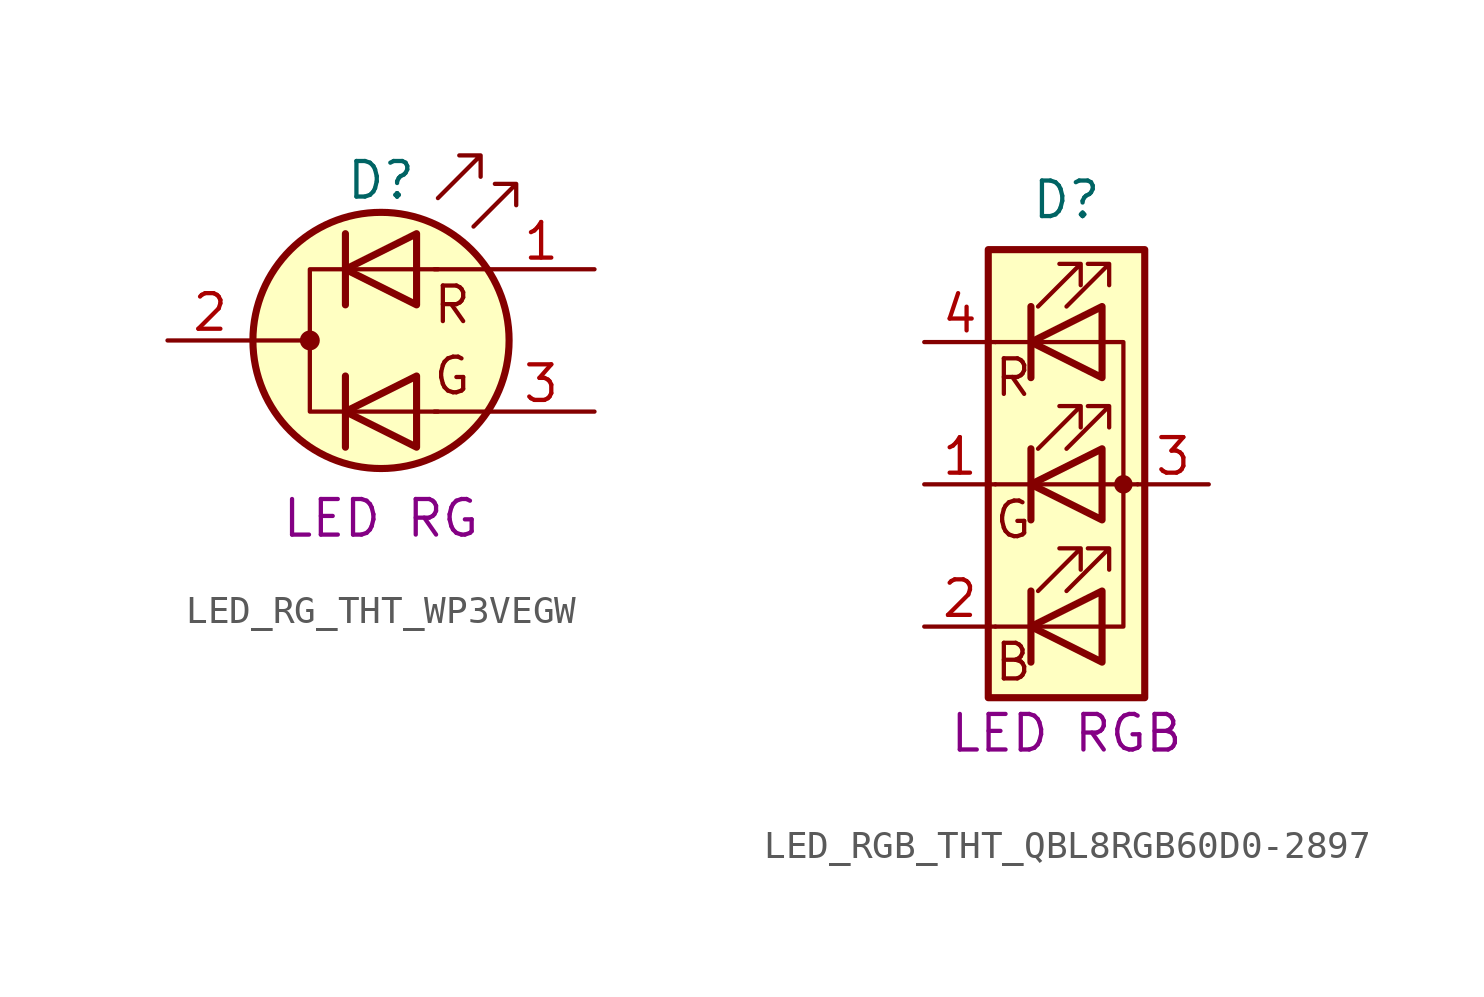
<source format=kicad_sym>
(kicad_symbol_lib
  (version 20220914)
  (generator kicad_symbol_editor)
  (symbol "LED_RG_THT_WP3VEGW"
    (pin_names
      (offset 0) hide)
    (property "Reference" "D"
      (at 0 5.715 0)
      (effects (font (size 1.27 1.27))))
    (property "UserValue" "LED RG"
      (at 0 -6.35 0)
      (effects (font (size 1.27 1.27))))
    (symbol "LED_RG_THT_WP3VEGW_0_0"
      (text "G" (at 2.54 -1.27 0) (effects (font (size 1.27 1.27))))
      (text "R" (at 2.54 1.27 0) (effects (font (size 1.27 1.27)))))
    (symbol "LED_RG_THT_WP3VEGW_0_1"
      (circle (center -2.54 0) (radius 0.279) (stroke (width 0) (type default)) (fill (type outline)))
      (polyline (pts (xy -4.572 0) (xy -2.54 0)) (stroke (width 0) (type default)) (fill (type none)))
      (polyline (pts (xy -1.27 -1.27) (xy -1.27 -3.81)) (stroke (width 0.254) (type default)) (fill (type none)))
      (polyline (pts (xy -1.27 1.27) (xy -1.27 3.81)) (stroke (width 0.254) (type default)) (fill (type none)))
      (polyline (pts (xy 3.81 -2.54) (xy 1.905 -2.54)) (stroke (width 0) (type default)) (fill (type none)))
      (polyline (pts (xy 3.81 2.54) (xy 1.905 2.54)) (stroke (width 0) (type default)) (fill (type none)))
      (polyline (pts (xy 1.27 -3.81) (xy 1.27 -1.27) (xy -1.27 -2.54) (xy 1.27 -3.81)) (stroke (width 0.254) (type default)) (fill (type none)))
      (polyline (pts (xy 1.27 1.27) (xy 1.27 3.81) (xy -1.27 2.54) (xy 1.27 1.27)) (stroke (width 0.254) (type default)) (fill (type none)))
      (polyline (pts (xy 2.032 2.54) (xy -2.54 2.54) (xy -2.54 -2.54) (xy 2.032 -2.54)) (stroke (width 0) (type default)) (fill (type none)))
      (polyline (pts (xy 2.032 5.08) (xy 3.556 6.604) (xy 2.794 6.604) (xy 3.556 6.604) (xy 3.556 5.842)) (stroke (width 0) (type default)) (fill (type none)))
      (polyline (pts (xy 3.302 4.064) (xy 4.826 5.588) (xy 4.064 5.588) (xy 4.826 5.588) (xy 4.826 4.826)) (stroke (width 0) (type default)) (fill (type none)))
      (circle (center 0 0) (radius 4.572) (stroke (width 0.254) (type default)) (fill (type background))))
    (symbol "LED_RG_THT_WP3VEGW_1_1"
      (pin input line (at 7.62 2.54 180) (length 3.81) (name "A1" (effects (font (size 1.27 1.27)))) (number "1" (effects (font (size 1.27 1.27)))))
      (pin input line (at -7.62 0 0) (length 3.048) (name "K" (effects (font (size 1.27 1.27)))) (number "2" (effects (font (size 1.27 1.27)))))
      (pin input line (at 7.62 -2.54 180) (length 3.81) (name "A2" (effects (font (size 1.27 1.27)))) (number "3" (effects (font (size 1.27 1.27)))))))
  (symbol "LED_RGB_THT_QBL8RGB60D0-2897"
    (pin_names
      (offset 0) hide)
    (property "Reference" "D"
      (at 0 10.16 0)
      (effects (font (size 1.27 1.27))))
    (property "UserValue" "LED RGB"
      (at 0 -8.89 0)
      (effects (font (size 1.27 1.27))))
    (symbol "LED_RGB_THT_QBL8RGB60D0-2897_0_0"
      (text "B" (at -1.905 -6.35 0) (effects (font (size 1.27 1.27))))
      (text "G" (at -1.905 -1.27 0) (effects (font (size 1.27 1.27))))
      (text "R" (at -1.905 3.81 0) (effects (font (size 1.27 1.27)))))
    (symbol "LED_RGB_THT_QBL8RGB60D0-2897_0_1"
      (polyline (pts (xy -1.27 -5.08) (xy -2.54 -5.08)) (stroke (width 0) (type default)) (fill (type none)))
      (polyline (pts (xy -1.27 -5.08) (xy 1.27 -5.08)) (stroke (width 0) (type default)) (fill (type none)))
      (polyline (pts (xy -1.27 -3.81) (xy -1.27 -6.35)) (stroke (width 0.254) (type default)) (fill (type none)))
      (polyline (pts (xy -1.27 0) (xy -2.54 0)) (stroke (width 0) (type default)) (fill (type none)))
      (polyline (pts (xy -1.27 1.27) (xy -1.27 -1.27)) (stroke (width 0.254) (type default)) (fill (type none)))
      (polyline (pts (xy -1.27 5.08) (xy -2.54 5.08)) (stroke (width 0) (type default)) (fill (type none)))
      (polyline (pts (xy -1.27 5.08) (xy 1.27 5.08)) (stroke (width 0) (type default)) (fill (type none)))
      (polyline (pts (xy -1.27 6.35) (xy -1.27 3.81)) (stroke (width 0.254) (type default)) (fill (type none)))
      (polyline (pts (xy 1.27 0) (xy -1.27 0)) (stroke (width 0) (type default)) (fill (type none)))
      (polyline (pts (xy 1.27 0) (xy 2.54 0)) (stroke (width 0) (type default)) (fill (type none)))
      (polyline (pts (xy -1.27 1.27) (xy -1.27 -1.27) (xy -1.27 -1.27)) (stroke (width 0) (type default)) (fill (type none)))
      (polyline (pts (xy -1.27 6.35) (xy -1.27 3.81) (xy -1.27 3.81)) (stroke (width 0) (type default)) (fill (type none)))
      (polyline (pts (xy 1.27 -5.08) (xy 2.032 -5.08) (xy 2.032 5.08) (xy 1.27 5.08)) (stroke (width 0) (type default)) (fill (type none)))
      (polyline (pts (xy 1.27 -3.81) (xy 1.27 -6.35) (xy -1.27 -5.08) (xy 1.27 -3.81)) (stroke (width 0.254) (type default)) (fill (type none)))
      (polyline (pts (xy 1.27 1.27) (xy 1.27 -1.27) (xy -1.27 0) (xy 1.27 1.27)) (stroke (width 0.254) (type default)) (fill (type none)))
      (polyline (pts (xy 1.27 6.35) (xy 1.27 3.81) (xy -1.27 5.08) (xy 1.27 6.35)) (stroke (width 0.254) (type default)) (fill (type none)))
      (polyline (pts (xy -1.016 -3.81) (xy 0.508 -2.286) (xy -0.254 -2.286) (xy 0.508 -2.286) (xy 0.508 -3.048)) (stroke (width 0) (type default)) (fill (type none)))
      (polyline (pts (xy -1.016 1.27) (xy 0.508 2.794) (xy -0.254 2.794) (xy 0.508 2.794) (xy 0.508 2.032)) (stroke (width 0) (type default)) (fill (type none)))
      (polyline (pts (xy -1.016 6.35) (xy 0.508 7.874) (xy -0.254 7.874) (xy 0.508 7.874) (xy 0.508 7.112)) (stroke (width 0) (type default)) (fill (type none)))
      (polyline (pts (xy 0 -3.81) (xy 1.524 -2.286) (xy 0.762 -2.286) (xy 1.524 -2.286) (xy 1.524 -3.048)) (stroke (width 0) (type default)) (fill (type none)))
      (polyline (pts (xy 0 1.27) (xy 1.524 2.794) (xy 0.762 2.794) (xy 1.524 2.794) (xy 1.524 2.032)) (stroke (width 0) (type default)) (fill (type none)))
      (polyline (pts (xy 0 6.35) (xy 1.524 7.874) (xy 0.762 7.874) (xy 1.524 7.874) (xy 1.524 7.112)) (stroke (width 0) (type default)) (fill (type none)))
      (rectangle (start 1.27 -1.27) (end 1.27 1.27) (stroke (width 0) (type default)) (fill (type none)))
      (rectangle (start 1.27 1.27) (end 1.27 1.27) (stroke (width 0) (type default)) (fill (type none)))
      (rectangle (start 1.27 3.81) (end 1.27 6.35) (stroke (width 0) (type default)) (fill (type none)))
      (rectangle (start 1.27 6.35) (end 1.27 6.35) (stroke (width 0) (type default)) (fill (type none)))
      (circle (center 2.032 0) (radius 0.254) (stroke (width 0) (type default)) (fill (type outline)))
      (rectangle (start 2.794 8.382) (end -2.794 -7.62) (stroke (width 0.254) (type default)) (fill (type background))))
    (symbol "LED_RGB_THT_QBL8RGB60D0-2897_1_1"
      (pin passive line (at -5.08 0 0) (length 2.54) (name "GK" (effects (font (size 1.27 1.27)))) (number "1" (effects (font (size 1.27 1.27)))))
      (pin passive line (at -5.08 -5.08 0) (length 2.54) (name "BK" (effects (font (size 1.27 1.27)))) (number "2" (effects (font (size 1.27 1.27)))))
      (pin passive line (at 5.08 0 180) (length 2.54) (name "A" (effects (font (size 1.27 1.27)))) (number "3" (effects (font (size 1.27 1.27)))))
      (pin passive line (at -5.08 5.08 0) (length 2.54) (name "RK" (effects (font (size 1.27 1.27)))) (number "4" (effects (font (size 1.27 1.27))))))))
</source>
